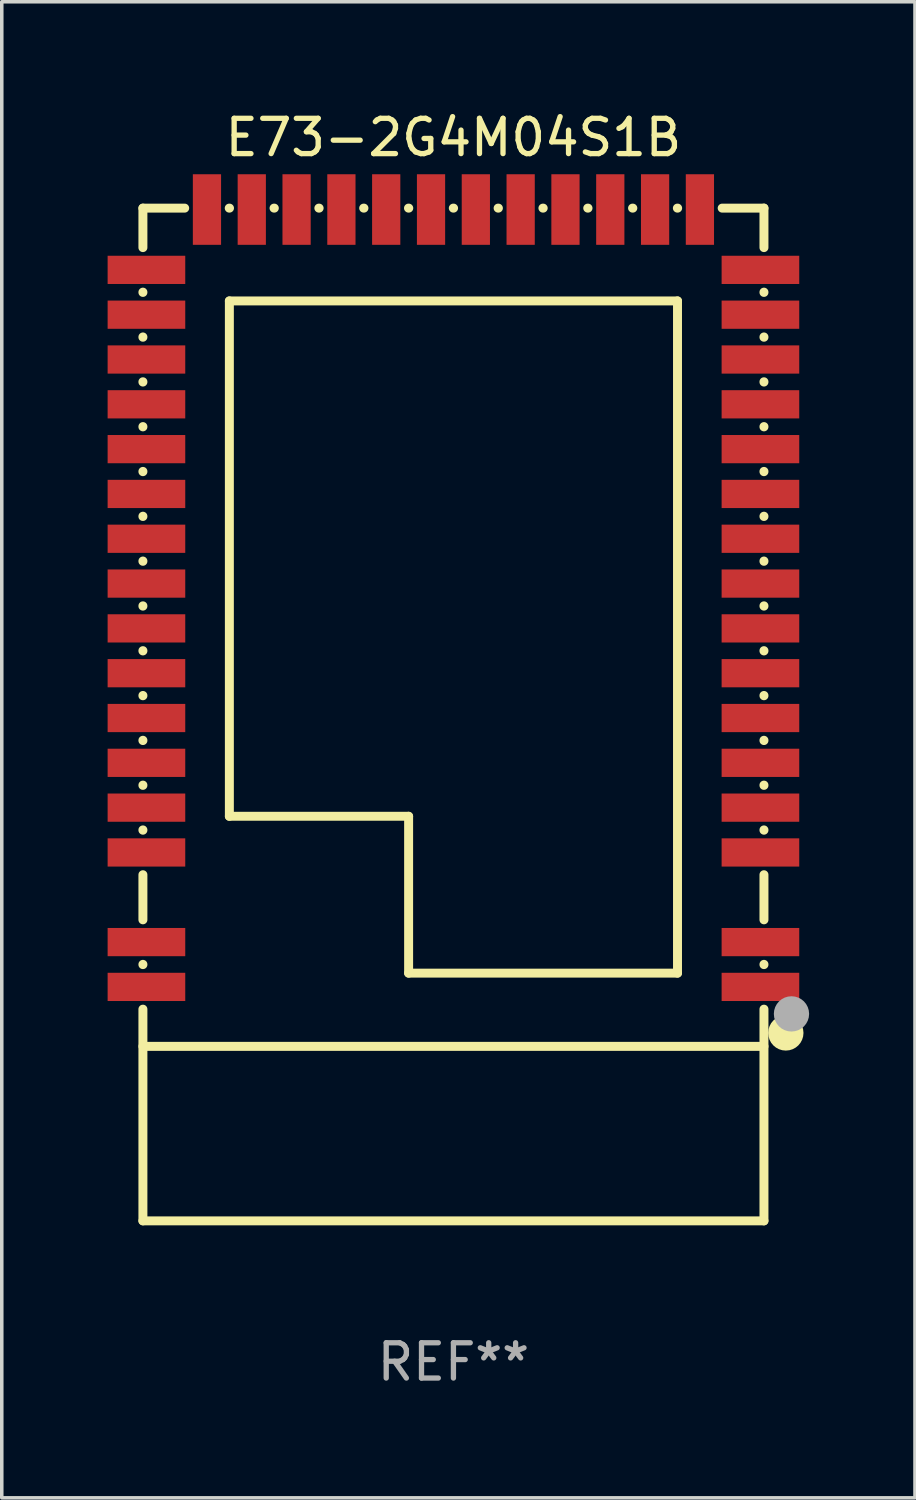
<source format=kicad_pcb>
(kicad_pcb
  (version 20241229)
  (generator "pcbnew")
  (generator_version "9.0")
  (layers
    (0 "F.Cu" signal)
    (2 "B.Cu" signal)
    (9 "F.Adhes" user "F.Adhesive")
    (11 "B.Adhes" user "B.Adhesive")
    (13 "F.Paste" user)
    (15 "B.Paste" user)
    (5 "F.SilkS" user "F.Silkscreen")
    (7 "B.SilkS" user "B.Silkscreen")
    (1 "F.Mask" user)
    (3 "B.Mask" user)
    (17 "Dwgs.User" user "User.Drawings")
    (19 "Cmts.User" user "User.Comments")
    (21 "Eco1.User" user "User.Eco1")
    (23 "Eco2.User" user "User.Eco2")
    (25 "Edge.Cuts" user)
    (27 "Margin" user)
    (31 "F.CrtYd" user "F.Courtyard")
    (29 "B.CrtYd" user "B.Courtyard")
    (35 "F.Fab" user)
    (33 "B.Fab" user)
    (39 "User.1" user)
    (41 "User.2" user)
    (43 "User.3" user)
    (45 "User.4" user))
  (footprint "E73-2G4M04S1B"
    (layer "F.Cu")
    (at 9.8 17.198)
    (property "Reference" "E73-2G4M04S1B" (at 0 -16.35 0) (layer "F.SilkS") (effects (font (size 1 1) (thickness 0.15))))
    (attr through_hole)
    (fp_line (start -8.8 -14.35) (end -8.8 -13.231) (stroke (width 0.254) (type solid)) (layer "F.SilkS"))
    (fp_line (start -8.8 -14.35) (end -7.616 -14.35) (stroke (width 0.254) (type solid)) (layer "F.SilkS"))
    (fp_line (start -8.8 -11.969) (end -8.8 -11.961) (stroke (width 0.254) (type solid)) (layer "F.SilkS"))
    (fp_line (start -8.8 -10.699) (end -8.8 -10.691) (stroke (width 0.254) (type solid)) (layer "F.SilkS"))
    (fp_line (start -8.8 -9.429) (end -8.8 -9.421) (stroke (width 0.254) (type solid)) (layer "F.SilkS"))
    (fp_line (start -8.8 -8.159) (end -8.8 -8.151) (stroke (width 0.254) (type solid)) (layer "F.SilkS"))
    (fp_line (start -8.8 -6.889) (end -8.8 -6.881) (stroke (width 0.254) (type solid)) (layer "F.SilkS"))
    (fp_line (start -8.8 -5.619) (end -8.8 -5.611) (stroke (width 0.254) (type solid)) (layer "F.SilkS"))
    (fp_line (start -8.8 -4.349) (end -8.8 -4.341) (stroke (width 0.254) (type solid)) (layer "F.SilkS"))
    (fp_line (start -8.8 -3.079) (end -8.8 -3.071) (stroke (width 0.254) (type solid)) (layer "F.SilkS"))
    (fp_line (start -8.8 -1.809) (end -8.8 -1.801) (stroke (width 0.254) (type solid)) (layer "F.SilkS"))
    (fp_line (start -8.8 -0.539) (end -8.8 -0.531) (stroke (width 0.254) (type solid)) (layer "F.SilkS"))
    (fp_line (start -8.8 0.731) (end -8.8 0.739) (stroke (width 0.254) (type solid)) (layer "F.SilkS"))
    (fp_line (start -8.8 2.001) (end -8.8 2.009) (stroke (width 0.254) (type solid)) (layer "F.SilkS"))
    (fp_line (start -8.8 3.271) (end -8.8 3.279) (stroke (width 0.254) (type solid)) (layer "F.SilkS"))
    (fp_line (start -8.8 4.541) (end -8.8 5.819) (stroke (width 0.254) (type solid)) (layer "F.SilkS"))
    (fp_line (start -8.8 7.081) (end -8.8 7.089) (stroke (width 0.254) (type solid)) (layer "F.SilkS"))
    (fp_line (start -8.8 8.351) (end -8.8 14.35) (stroke (width 0.254) (type solid)) (layer "F.SilkS"))
    (fp_line (start -8.8 9.405) (end 8.8 9.405) (stroke (width 0.254) (type solid)) (layer "F.SilkS"))
    (fp_line (start -8.8 14.35) (end 8.8 14.35) (stroke (width 0.254) (type solid)) (layer "F.SilkS"))
    (fp_line (start -6.354 -14.35) (end -6.346 -14.35) (stroke (width 0.254) (type solid)) (layer "F.SilkS"))
    (fp_line (start -6.35 -11.72) (end 6.35 -11.72) (stroke (width 0.254) (type solid)) (layer "F.SilkS"))
    (fp_line (start -6.35 2.885) (end -6.35 -11.72) (stroke (width 0.254) (type solid)) (layer "F.SilkS"))
    (fp_line (start -5.084 -14.35) (end -5.076 -14.35) (stroke (width 0.254) (type solid)) (layer "F.SilkS"))
    (fp_line (start -3.814 -14.35) (end -3.806 -14.35) (stroke (width 0.254) (type solid)) (layer "F.SilkS"))
    (fp_line (start -2.544 -14.35) (end -2.536 -14.35) (stroke (width 0.254) (type solid)) (layer "F.SilkS"))
    (fp_line (start -1.274 -14.35) (end -1.266 -14.35) (stroke (width 0.254) (type solid)) (layer "F.SilkS"))
    (fp_line (start -1.27 2.885) (end -6.35 2.885) (stroke (width 0.254) (type solid)) (layer "F.SilkS"))
    (fp_line (start -1.27 7.33) (end -1.27 2.885) (stroke (width 0.254) (type solid)) (layer "F.SilkS"))
    (fp_line (start -0.004 -14.35) (end 0.004 -14.35) (stroke (width 0.254) (type solid)) (layer "F.SilkS"))
    (fp_line (start 1.266 -14.35) (end 1.274 -14.35) (stroke (width 0.254) (type solid)) (layer "F.SilkS"))
    (fp_line (start 2.536 -14.35) (end 2.544 -14.35) (stroke (width 0.254) (type solid)) (layer "F.SilkS"))
    (fp_line (start 3.806 -14.35) (end 3.814 -14.35) (stroke (width 0.254) (type solid)) (layer "F.SilkS"))
    (fp_line (start 5.076 -14.35) (end 5.084 -14.35) (stroke (width 0.254) (type solid)) (layer "F.SilkS"))
    (fp_line (start 6.346 -14.35) (end 6.354 -14.35) (stroke (width 0.254) (type solid)) (layer "F.SilkS"))
    (fp_line (start 6.35 -11.72) (end 6.35 7.33) (stroke (width 0.254) (type solid)) (layer "F.SilkS"))
    (fp_line (start 6.35 7.33) (end -1.27 7.33) (stroke (width 0.254) (type solid)) (layer "F.SilkS"))
    (fp_line (start 7.616 -14.35) (end 8.8 -14.35) (stroke (width 0.254) (type solid)) (layer "F.SilkS"))
    (fp_line (start 8.8 -14.35) (end 8.8 -13.231) (stroke (width 0.254) (type solid)) (layer "F.SilkS"))
    (fp_line (start 8.8 -11.969) (end 8.8 -11.961) (stroke (width 0.254) (type solid)) (layer "F.SilkS"))
    (fp_line (start 8.8 -10.699) (end 8.8 -10.691) (stroke (width 0.254) (type solid)) (layer "F.SilkS"))
    (fp_line (start 8.8 -9.429) (end 8.8 -9.421) (stroke (width 0.254) (type solid)) (layer "F.SilkS"))
    (fp_line (start 8.8 -8.159) (end 8.8 -8.151) (stroke (width 0.254) (type solid)) (layer "F.SilkS"))
    (fp_line (start 8.8 -6.889) (end 8.8 -6.881) (stroke (width 0.254) (type solid)) (layer "F.SilkS"))
    (fp_line (start 8.8 -5.619) (end 8.8 -5.611) (stroke (width 0.254) (type solid)) (layer "F.SilkS"))
    (fp_line (start 8.8 -4.349) (end 8.8 -4.341) (stroke (width 0.254) (type solid)) (layer "F.SilkS"))
    (fp_line (start 8.8 -3.079) (end 8.8 -3.071) (stroke (width 0.254) (type solid)) (layer "F.SilkS"))
    (fp_line (start 8.8 -1.809) (end 8.8 -1.801) (stroke (width 0.254) (type solid)) (layer "F.SilkS"))
    (fp_line (start 8.8 -0.539) (end 8.8 -0.531) (stroke (width 0.254) (type solid)) (layer "F.SilkS"))
    (fp_line (start 8.8 0.731) (end 8.8 0.739) (stroke (width 0.254) (type solid)) (layer "F.SilkS"))
    (fp_line (start 8.8 2.001) (end 8.8 2.009) (stroke (width 0.254) (type solid)) (layer "F.SilkS"))
    (fp_line (start 8.8 3.271) (end 8.8 3.279) (stroke (width 0.254) (type solid)) (layer "F.SilkS"))
    (fp_line (start 8.8 4.541) (end 8.8 5.819) (stroke (width 0.254) (type solid)) (layer "F.SilkS"))
    (fp_line (start 8.8 7.081) (end 8.8 7.089) (stroke (width 0.254) (type solid)) (layer "F.SilkS"))
    (fp_line (start 8.8 8.351) (end 8.8 14.35) (stroke (width 0.254) (type solid)) (layer "F.SilkS"))
    (fp_circle (center 8.75 14.325) (end 8.78 14.325) (stroke (width 0.06) (type solid)) (fill no) (layer "F.SilkS"))
    (fp_circle (center 9.42 9.025) (end 9.67 9.025) (stroke (width 0.5) (type solid)) (fill no) (layer "F.SilkS"))
    (fp_circle (center 9.58 8.485) (end 9.83 8.485) (stroke (width 0.5) (type solid)) (fill no) (layer "F.Fab"))
    (fp_text user "REF**" (at 0 18.35 0) (layer "F.Fab") (effects (font (size 1 1) (thickness 0.15))))
    (pad "1" smd rect (at 8.7 7.72 90) (size 0.8 2.2) (layers "F.Cu" "F.Mask" "F.Paste"))
    (pad "2" smd rect (at 8.7 6.45 90) (size 0.8 2.2) (layers "F.Cu" "F.Mask" "F.Paste"))
    (pad "3" smd rect (at 8.7 3.91 90) (size 0.8 2.2) (layers "F.Cu" "F.Mask" "F.Paste"))
    (pad "4" smd rect (at 8.7 2.64 90) (size 0.8 2.2) (layers "F.Cu" "F.Mask" "F.Paste"))
    (pad "5" smd rect (at 8.7 1.37 90) (size 0.8 2.2) (layers "F.Cu" "F.Mask" "F.Paste"))
    (pad "6" smd rect (at 8.7 0.1 90) (size 0.8 2.2) (layers "F.Cu" "F.Mask" "F.Paste"))
    (pad "7" smd rect (at 8.7 -1.17 90) (size 0.8 2.2) (layers "F.Cu" "F.Mask" "F.Paste"))
    (pad "8" smd rect (at 8.7 -2.44 90) (size 0.8 2.2) (layers "F.Cu" "F.Mask" "F.Paste"))
    (pad "9" smd rect (at 8.7 -3.71 90) (size 0.8 2.2) (layers "F.Cu" "F.Mask" "F.Paste"))
    (pad "10" smd rect (at 8.7 -4.98 90) (size 0.8 2.2) (layers "F.Cu" "F.Mask" "F.Paste"))
    (pad "11" smd rect (at 8.7 -6.25 90) (size 0.8 2.2) (layers "F.Cu" "F.Mask" "F.Paste"))
    (pad "12" smd rect (at 8.7 -7.52 90) (size 0.8 2.2) (layers "F.Cu" "F.Mask" "F.Paste"))
    (pad "13" smd rect (at 8.7 -8.79 90) (size 0.8 2.2) (layers "F.Cu" "F.Mask" "F.Paste"))
    (pad "14" smd rect (at 8.7 -10.06 90) (size 0.8 2.2) (layers "F.Cu" "F.Mask" "F.Paste"))
    (pad "15" smd rect (at 8.7 -11.33 90) (size 0.8 2.2) (layers "F.Cu" "F.Mask" "F.Paste"))
    (pad "16" smd rect (at 8.7 -12.6 270) (size 0.8 2.2) (layers "F.Cu" "F.Mask" "F.Paste"))
    (pad "17" smd rect (at 6.985 -14.31 180) (size 0.8 2) (layers "F.Cu" "F.Mask" "F.Paste"))
    (pad "18" smd rect (at 5.715 -14.31 180) (size 0.8 2) (layers "F.Cu" "F.Mask" "F.Paste"))
    (pad "19" smd rect (at 4.445 -14.31 180) (size 0.8 2) (layers "F.Cu" "F.Mask" "F.Paste"))
    (pad "20" smd rect (at 3.175 -14.31 180) (size 0.8 2) (layers "F.Cu" "F.Mask" "F.Paste"))
    (pad "21" smd rect (at 1.905 -14.31 180) (size 0.8 2) (layers "F.Cu" "F.Mask" "F.Paste"))
    (pad "22" smd rect (at 0.635 -14.31 180) (size 0.8 2) (layers "F.Cu" "F.Mask" "F.Paste"))
    (pad "23" smd rect (at -0.635 -14.31 180) (size 0.8 2) (layers "F.Cu" "F.Mask" "F.Paste"))
    (pad "24" smd rect (at -1.905 -14.31 180) (size 0.8 2) (layers "F.Cu" "F.Mask" "F.Paste"))
    (pad "25" smd rect (at -3.175 -14.31 180) (size 0.8 2) (layers "F.Cu" "F.Mask" "F.Paste"))
    (pad "26" smd rect (at -4.445 -14.31 180) (size 0.8 2) (layers "F.Cu" "F.Mask" "F.Paste"))
    (pad "27" smd rect (at -5.715 -14.31 180) (size 0.8 2) (layers "F.Cu" "F.Mask" "F.Paste"))
    (pad "28" smd rect (at -6.985 -14.31) (size 0.8 2) (layers "F.Cu" "F.Mask" "F.Paste"))
    (pad "29" smd rect (at -8.7 -12.6 270) (size 0.8 2.2) (layers "F.Cu" "F.Mask" "F.Paste"))
    (pad "30" smd rect (at -8.7 -11.33 270) (size 0.8 2.2) (layers "F.Cu" "F.Mask" "F.Paste"))
    (pad "31" smd rect (at -8.7 -10.06 270) (size 0.8 2.2) (layers "F.Cu" "F.Mask" "F.Paste"))
    (pad "32" smd rect (at -8.7 -8.79 270) (size 0.8 2.2) (layers "F.Cu" "F.Mask" "F.Paste"))
    (pad "33" smd rect (at -8.7 -7.52 270) (size 0.8 2.2) (layers "F.Cu" "F.Mask" "F.Paste"))
    (pad "34" smd rect (at -8.7 -6.25 270) (size 0.8 2.2) (layers "F.Cu" "F.Mask" "F.Paste"))
    (pad "35" smd rect (at -8.7 -4.98 270) (size 0.8 2.2) (layers "F.Cu" "F.Mask" "F.Paste"))
    (pad "36" smd rect (at -8.7 -3.71 270) (size 0.8 2.2) (layers "F.Cu" "F.Mask" "F.Paste"))
    (pad "37" smd rect (at -8.7 -2.44 270) (size 0.8 2.2) (layers "F.Cu" "F.Mask" "F.Paste"))
    (pad "38" smd rect (at -8.7 -1.17 270) (size 0.8 2.2) (layers "F.Cu" "F.Mask" "F.Paste"))
    (pad "39" smd rect (at -8.7 0.1 270) (size 0.8 2.2) (layers "F.Cu" "F.Mask" "F.Paste"))
    (pad "40" smd rect (at -8.7 1.37 270) (size 0.8 2.2) (layers "F.Cu" "F.Mask" "F.Paste"))
    (pad "41" smd rect (at -8.7 2.64 270) (size 0.8 2.2) (layers "F.Cu" "F.Mask" "F.Paste"))
    (pad "42" smd rect (at -8.7 3.91 270) (size 0.8 2.2) (layers "F.Cu" "F.Mask" "F.Paste"))
    (pad "43" smd rect (at -8.7 6.45 270) (size 0.8 2.2) (layers "F.Cu" "F.Mask" "F.Paste"))
    (pad "44" smd rect (at -8.7 7.72 270) (size 0.8 2.2) (layers "F.Cu" "F.Mask" "F.Paste")))
  (gr_rect
    (start -3 -3)
    (end 22.88 39.397)
    (stroke (width 0.1) (type default))
    (fill no)
    (layer "Edge.Cuts")))
</source>
